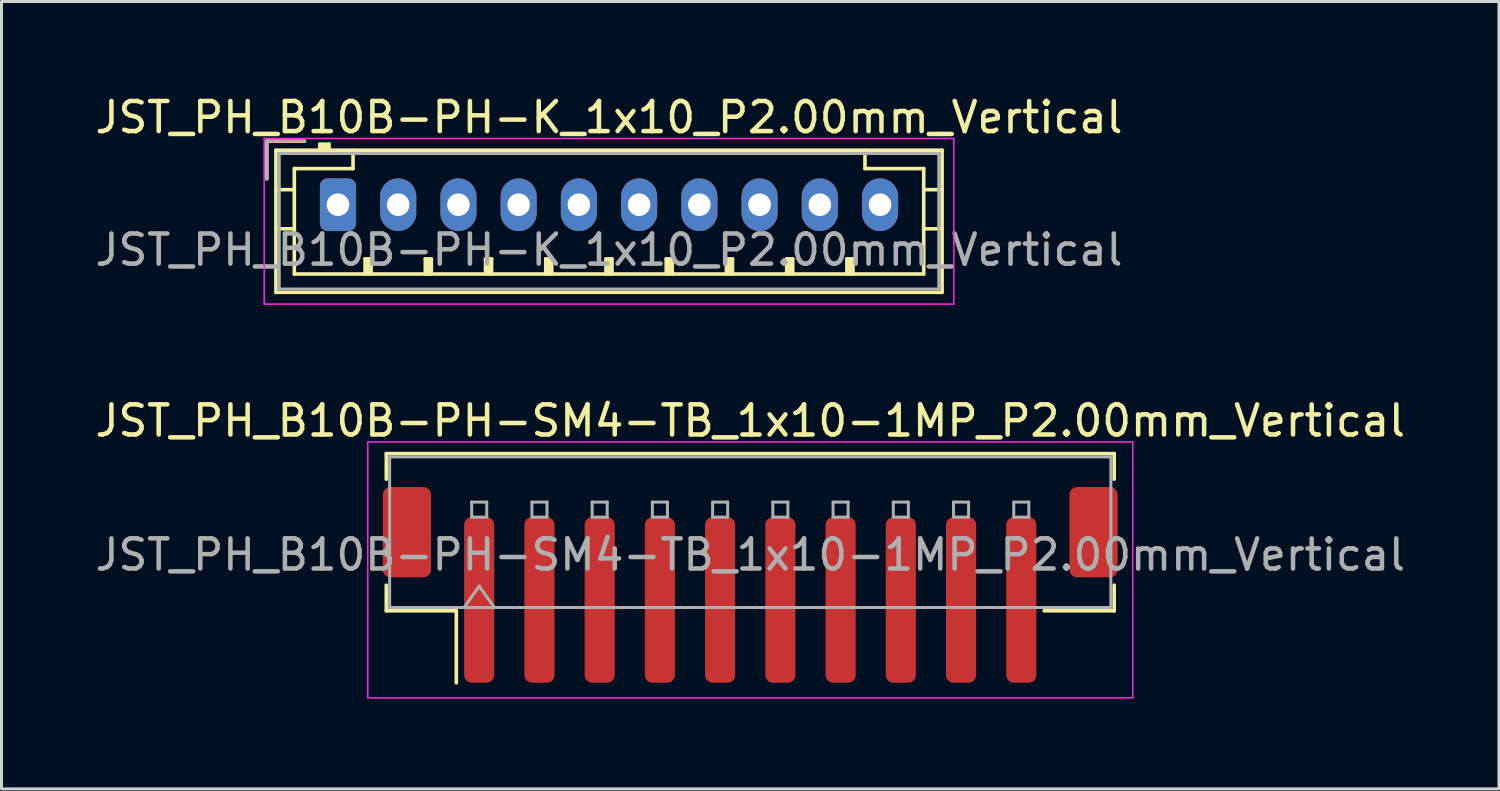
<source format=kicad_pcb>
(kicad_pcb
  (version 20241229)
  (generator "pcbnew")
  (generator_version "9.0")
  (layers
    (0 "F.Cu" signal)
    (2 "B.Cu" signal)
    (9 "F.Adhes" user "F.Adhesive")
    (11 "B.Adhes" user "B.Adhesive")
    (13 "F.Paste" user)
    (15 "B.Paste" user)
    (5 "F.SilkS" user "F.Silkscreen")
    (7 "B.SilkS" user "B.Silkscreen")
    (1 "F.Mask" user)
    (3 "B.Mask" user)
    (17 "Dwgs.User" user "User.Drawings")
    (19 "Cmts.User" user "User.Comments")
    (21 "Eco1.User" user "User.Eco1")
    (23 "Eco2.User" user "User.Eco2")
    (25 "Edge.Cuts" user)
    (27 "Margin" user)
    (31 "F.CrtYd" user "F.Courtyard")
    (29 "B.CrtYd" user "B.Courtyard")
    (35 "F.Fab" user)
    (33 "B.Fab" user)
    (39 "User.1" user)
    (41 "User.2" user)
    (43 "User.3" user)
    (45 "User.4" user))
  (footprint "JST_PH_B10B-PH-SM4-TB_1x10-1MP_P2.00mm_Vertical"
    (layer "F.Cu")
    (at 21.863 16.372)
    (property "Reference" "JST_PH_B10B-PH-SM4-TB_1x10-1MP_P2.00mm_Vertical" (at 0 -5.45 0) (layer "F.SilkS") (effects (font (size 1 1) (thickness 0.15))))
    (attr smd)
    (fp_line (start -12.085 -4.36) (end 12.085 -4.36) (stroke (width 0.12) (type solid)) (layer "F.SilkS"))
    (fp_line (start -12.085 -3.51) (end -12.085 -4.36) (stroke (width 0.12) (type solid)) (layer "F.SilkS"))
    (fp_line (start -12.085 0.01) (end -12.085 0.86) (stroke (width 0.12) (type solid)) (layer "F.SilkS"))
    (fp_line (start -12.085 0.86) (end -9.76 0.86) (stroke (width 0.12) (type solid)) (layer "F.SilkS"))
    (fp_line (start -9.76 0.86) (end -9.76 3.25) (stroke (width 0.12) (type solid)) (layer "F.SilkS"))
    (fp_line (start 12.085 -4.36) (end 12.085 -3.51) (stroke (width 0.12) (type solid)) (layer "F.SilkS"))
    (fp_line (start 12.085 0.01) (end 12.085 0.86) (stroke (width 0.12) (type solid)) (layer "F.SilkS"))
    (fp_line (start 12.085 0.86) (end 9.76 0.86) (stroke (width 0.12) (type solid)) (layer "F.SilkS"))
    (fp_line (start -12.7 -4.75) (end -12.7 3.75) (stroke (width 0.05) (type solid)) (layer "F.CrtYd"))
    (fp_line (start -12.7 3.75) (end 12.7 3.75) (stroke (width 0.05) (type solid)) (layer "F.CrtYd"))
    (fp_line (start 12.7 -4.75) (end -12.7 -4.75) (stroke (width 0.05) (type solid)) (layer "F.CrtYd"))
    (fp_line (start 12.7 3.75) (end 12.7 -4.75) (stroke (width 0.05) (type solid)) (layer "F.CrtYd"))
    (fp_line (start -11.975 -4.25) (end 11.975 -4.25) (stroke (width 0.1) (type solid)) (layer "F.Fab"))
    (fp_line (start -11.975 0.75) (end -11.975 -4.25) (stroke (width 0.1) (type solid)) (layer "F.Fab"))
    (fp_line (start -11.975 0.75) (end 11.975 0.75) (stroke (width 0.1) (type solid)) (layer "F.Fab"))
    (fp_line (start -9.5 0.75) (end -9 0.043) (stroke (width 0.1) (type solid)) (layer "F.Fab"))
    (fp_line (start -9.25 -2.75) (end -9.25 -2.25) (stroke (width 0.1) (type solid)) (layer "F.Fab"))
    (fp_line (start -9.25 -2.25) (end -8.75 -2.25) (stroke (width 0.1) (type solid)) (layer "F.Fab"))
    (fp_line (start -9 0.043) (end -8.5 0.75) (stroke (width 0.1) (type solid)) (layer "F.Fab"))
    (fp_line (start -8.75 -2.75) (end -9.25 -2.75) (stroke (width 0.1) (type solid)) (layer "F.Fab"))
    (fp_line (start -8.75 -2.25) (end -8.75 -2.75) (stroke (width 0.1) (type solid)) (layer "F.Fab"))
    (fp_line (start -7.25 -2.75) (end -7.25 -2.25) (stroke (width 0.1) (type solid)) (layer "F.Fab"))
    (fp_line (start -7.25 -2.25) (end -6.75 -2.25) (stroke (width 0.1) (type solid)) (layer "F.Fab"))
    (fp_line (start -6.75 -2.75) (end -7.25 -2.75) (stroke (width 0.1) (type solid)) (layer "F.Fab"))
    (fp_line (start -6.75 -2.25) (end -6.75 -2.75) (stroke (width 0.1) (type solid)) (layer "F.Fab"))
    (fp_line (start -5.25 -2.75) (end -5.25 -2.25) (stroke (width 0.1) (type solid)) (layer "F.Fab"))
    (fp_line (start -5.25 -2.25) (end -4.75 -2.25) (stroke (width 0.1) (type solid)) (layer "F.Fab"))
    (fp_line (start -4.75 -2.75) (end -5.25 -2.75) (stroke (width 0.1) (type solid)) (layer "F.Fab"))
    (fp_line (start -4.75 -2.25) (end -4.75 -2.75) (stroke (width 0.1) (type solid)) (layer "F.Fab"))
    (fp_line (start -3.25 -2.75) (end -3.25 -2.25) (stroke (width 0.1) (type solid)) (layer "F.Fab"))
    (fp_line (start -3.25 -2.25) (end -2.75 -2.25) (stroke (width 0.1) (type solid)) (layer "F.Fab"))
    (fp_line (start -2.75 -2.75) (end -3.25 -2.75) (stroke (width 0.1) (type solid)) (layer "F.Fab"))
    (fp_line (start -2.75 -2.25) (end -2.75 -2.75) (stroke (width 0.1) (type solid)) (layer "F.Fab"))
    (fp_line (start -1.25 -2.75) (end -1.25 -2.25) (stroke (width 0.1) (type solid)) (layer "F.Fab"))
    (fp_line (start -1.25 -2.25) (end -0.75 -2.25) (stroke (width 0.1) (type solid)) (layer "F.Fab"))
    (fp_line (start -0.75 -2.75) (end -1.25 -2.75) (stroke (width 0.1) (type solid)) (layer "F.Fab"))
    (fp_line (start -0.75 -2.25) (end -0.75 -2.75) (stroke (width 0.1) (type solid)) (layer "F.Fab"))
    (fp_line (start 0.75 -2.75) (end 0.75 -2.25) (stroke (width 0.1) (type solid)) (layer "F.Fab"))
    (fp_line (start 0.75 -2.25) (end 1.25 -2.25) (stroke (width 0.1) (type solid)) (layer "F.Fab"))
    (fp_line (start 1.25 -2.75) (end 0.75 -2.75) (stroke (width 0.1) (type solid)) (layer "F.Fab"))
    (fp_line (start 1.25 -2.25) (end 1.25 -2.75) (stroke (width 0.1) (type solid)) (layer "F.Fab"))
    (fp_line (start 2.75 -2.75) (end 2.75 -2.25) (stroke (width 0.1) (type solid)) (layer "F.Fab"))
    (fp_line (start 2.75 -2.25) (end 3.25 -2.25) (stroke (width 0.1) (type solid)) (layer "F.Fab"))
    (fp_line (start 3.25 -2.75) (end 2.75 -2.75) (stroke (width 0.1) (type solid)) (layer "F.Fab"))
    (fp_line (start 3.25 -2.25) (end 3.25 -2.75) (stroke (width 0.1) (type solid)) (layer "F.Fab"))
    (fp_line (start 4.75 -2.75) (end 4.75 -2.25) (stroke (width 0.1) (type solid)) (layer "F.Fab"))
    (fp_line (start 4.75 -2.25) (end 5.25 -2.25) (stroke (width 0.1) (type solid)) (layer "F.Fab"))
    (fp_line (start 5.25 -2.75) (end 4.75 -2.75) (stroke (width 0.1) (type solid)) (layer "F.Fab"))
    (fp_line (start 5.25 -2.25) (end 5.25 -2.75) (stroke (width 0.1) (type solid)) (layer "F.Fab"))
    (fp_line (start 6.75 -2.75) (end 6.75 -2.25) (stroke (width 0.1) (type solid)) (layer "F.Fab"))
    (fp_line (start 6.75 -2.25) (end 7.25 -2.25) (stroke (width 0.1) (type solid)) (layer "F.Fab"))
    (fp_line (start 7.25 -2.75) (end 6.75 -2.75) (stroke (width 0.1) (type solid)) (layer "F.Fab"))
    (fp_line (start 7.25 -2.25) (end 7.25 -2.75) (stroke (width 0.1) (type solid)) (layer "F.Fab"))
    (fp_line (start 8.75 -2.75) (end 8.75 -2.25) (stroke (width 0.1) (type solid)) (layer "F.Fab"))
    (fp_line (start 8.75 -2.25) (end 9.25 -2.25) (stroke (width 0.1) (type solid)) (layer "F.Fab"))
    (fp_line (start 9.25 -2.75) (end 8.75 -2.75) (stroke (width 0.1) (type solid)) (layer "F.Fab"))
    (fp_line (start 9.25 -2.25) (end 9.25 -2.75) (stroke (width 0.1) (type solid)) (layer "F.Fab"))
    (fp_line (start 11.975 0.75) (end 11.975 -4.25) (stroke (width 0.1) (type solid)) (layer "F.Fab"))
    (fp_text user "${REFERENCE}" (at 0 -1 0) (layer "F.Fab") (effects (font (size 1 1) (thickness 0.15))))
    (pad "1" smd roundrect (at -9 0.5) (size 1 5.5) (layers "F.Cu" "F.Mask" "F.Paste") (roundrect_rratio 0.25))
    (pad "2" smd roundrect (at -7 0.5) (size 1 5.5) (layers "F.Cu" "F.Mask" "F.Paste") (roundrect_rratio 0.25))
    (pad "3" smd roundrect (at -5 0.5) (size 1 5.5) (layers "F.Cu" "F.Mask" "F.Paste") (roundrect_rratio 0.25))
    (pad "4" smd roundrect (at -3 0.5) (size 1 5.5) (layers "F.Cu" "F.Mask" "F.Paste") (roundrect_rratio 0.25))
    (pad "5" smd roundrect (at -1 0.5) (size 1 5.5) (layers "F.Cu" "F.Mask" "F.Paste") (roundrect_rratio 0.25))
    (pad "6" smd roundrect (at 1 0.5) (size 1 5.5) (layers "F.Cu" "F.Mask" "F.Paste") (roundrect_rratio 0.25))
    (pad "7" smd roundrect (at 3 0.5) (size 1 5.5) (layers "F.Cu" "F.Mask" "F.Paste") (roundrect_rratio 0.25))
    (pad "8" smd roundrect (at 5 0.5) (size 1 5.5) (layers "F.Cu" "F.Mask" "F.Paste") (roundrect_rratio 0.25))
    (pad "9" smd roundrect (at 7 0.5) (size 1 5.5) (layers "F.Cu" "F.Mask" "F.Paste") (roundrect_rratio 0.25))
    (pad "10" smd roundrect (at 9 0.5) (size 1 5.5) (layers "F.Cu" "F.Mask" "F.Paste") (roundrect_rratio 0.25))
    (pad "MP" smd roundrect (at -11.4 -1.75) (size 1.6 3) (layers "F.Cu" "F.Mask" "F.Paste") (roundrect_rratio 0.156))
    (pad "MP" smd roundrect (at 11.4 -1.75) (size 1.6 3) (layers "F.Cu" "F.Mask" "F.Paste") (roundrect_rratio 0.156)))
  (footprint "JST_PH_B10B-PH-K_1x10_P2.00mm_Vertical"
    (layer "F.Cu")
    (at 8.173 3.748)
    (property "Reference" "JST_PH_B10B-PH-K_1x10_P2.00mm_Vertical" (at 9 -2.9 0) (layer "F.SilkS") (effects (font (size 1 1) (thickness 0.15))))
    (attr through_hole)
    (fp_line (start -2.36 -2.11) (end -2.36 -0.86) (stroke (width 0.12) (type solid)) (layer "F.SilkS"))
    (fp_line (start -2.06 -1.81) (end -2.06 2.91) (stroke (width 0.12) (type solid)) (layer "F.SilkS"))
    (fp_line (start -2.06 -0.5) (end -1.45 -0.5) (stroke (width 0.12) (type solid)) (layer "F.SilkS"))
    (fp_line (start -2.06 0.8) (end -1.45 0.8) (stroke (width 0.12) (type solid)) (layer "F.SilkS"))
    (fp_line (start -2.06 2.91) (end 20.06 2.91) (stroke (width 0.12) (type solid)) (layer "F.SilkS"))
    (fp_line (start -1.45 -1.2) (end -1.45 2.3) (stroke (width 0.12) (type solid)) (layer "F.SilkS"))
    (fp_line (start -1.45 2.3) (end 19.45 2.3) (stroke (width 0.12) (type solid)) (layer "F.SilkS"))
    (fp_line (start -1.11 -2.11) (end -2.36 -2.11) (stroke (width 0.12) (type solid)) (layer "F.SilkS"))
    (fp_line (start -0.6 -2.01) (end -0.6 -1.81) (stroke (width 0.12) (type solid)) (layer "F.SilkS"))
    (fp_line (start -0.3 -2.01) (end -0.6 -2.01) (stroke (width 0.12) (type solid)) (layer "F.SilkS"))
    (fp_line (start -0.3 -1.91) (end -0.6 -1.91) (stroke (width 0.12) (type solid)) (layer "F.SilkS"))
    (fp_line (start -0.3 -1.81) (end -0.3 -2.01) (stroke (width 0.12) (type solid)) (layer "F.SilkS"))
    (fp_line (start 0.5 -1.81) (end 0.5 -1.2) (stroke (width 0.12) (type solid)) (layer "F.SilkS"))
    (fp_line (start 0.5 -1.2) (end -1.45 -1.2) (stroke (width 0.12) (type solid)) (layer "F.SilkS"))
    (fp_line (start 0.9 1.8) (end 1.1 1.8) (stroke (width 0.12) (type solid)) (layer "F.SilkS"))
    (fp_line (start 0.9 2.3) (end 0.9 1.8) (stroke (width 0.12) (type solid)) (layer "F.SilkS"))
    (fp_line (start 1 2.3) (end 1 1.8) (stroke (width 0.12) (type solid)) (layer "F.SilkS"))
    (fp_line (start 1.1 1.8) (end 1.1 2.3) (stroke (width 0.12) (type solid)) (layer "F.SilkS"))
    (fp_line (start 2.9 1.8) (end 3.1 1.8) (stroke (width 0.12) (type solid)) (layer "F.SilkS"))
    (fp_line (start 2.9 2.3) (end 2.9 1.8) (stroke (width 0.12) (type solid)) (layer "F.SilkS"))
    (fp_line (start 3 2.3) (end 3 1.8) (stroke (width 0.12) (type solid)) (layer "F.SilkS"))
    (fp_line (start 3.1 1.8) (end 3.1 2.3) (stroke (width 0.12) (type solid)) (layer "F.SilkS"))
    (fp_line (start 4.9 1.8) (end 5.1 1.8) (stroke (width 0.12) (type solid)) (layer "F.SilkS"))
    (fp_line (start 4.9 2.3) (end 4.9 1.8) (stroke (width 0.12) (type solid)) (layer "F.SilkS"))
    (fp_line (start 5 2.3) (end 5 1.8) (stroke (width 0.12) (type solid)) (layer "F.SilkS"))
    (fp_line (start 5.1 1.8) (end 5.1 2.3) (stroke (width 0.12) (type solid)) (layer "F.SilkS"))
    (fp_line (start 6.9 1.8) (end 7.1 1.8) (stroke (width 0.12) (type solid)) (layer "F.SilkS"))
    (fp_line (start 6.9 2.3) (end 6.9 1.8) (stroke (width 0.12) (type solid)) (layer "F.SilkS"))
    (fp_line (start 7 2.3) (end 7 1.8) (stroke (width 0.12) (type solid)) (layer "F.SilkS"))
    (fp_line (start 7.1 1.8) (end 7.1 2.3) (stroke (width 0.12) (type solid)) (layer "F.SilkS"))
    (fp_line (start 8.9 1.8) (end 9.1 1.8) (stroke (width 0.12) (type solid)) (layer "F.SilkS"))
    (fp_line (start 8.9 2.3) (end 8.9 1.8) (stroke (width 0.12) (type solid)) (layer "F.SilkS"))
    (fp_line (start 9 2.3) (end 9 1.8) (stroke (width 0.12) (type solid)) (layer "F.SilkS"))
    (fp_line (start 9.1 1.8) (end 9.1 2.3) (stroke (width 0.12) (type solid)) (layer "F.SilkS"))
    (fp_line (start 10.9 1.8) (end 11.1 1.8) (stroke (width 0.12) (type solid)) (layer "F.SilkS"))
    (fp_line (start 10.9 2.3) (end 10.9 1.8) (stroke (width 0.12) (type solid)) (layer "F.SilkS"))
    (fp_line (start 11 2.3) (end 11 1.8) (stroke (width 0.12) (type solid)) (layer "F.SilkS"))
    (fp_line (start 11.1 1.8) (end 11.1 2.3) (stroke (width 0.12) (type solid)) (layer "F.SilkS"))
    (fp_line (start 12.9 1.8) (end 13.1 1.8) (stroke (width 0.12) (type solid)) (layer "F.SilkS"))
    (fp_line (start 12.9 2.3) (end 12.9 1.8) (stroke (width 0.12) (type solid)) (layer "F.SilkS"))
    (fp_line (start 13 2.3) (end 13 1.8) (stroke (width 0.12) (type solid)) (layer "F.SilkS"))
    (fp_line (start 13.1 1.8) (end 13.1 2.3) (stroke (width 0.12) (type solid)) (layer "F.SilkS"))
    (fp_line (start 14.9 1.8) (end 15.1 1.8) (stroke (width 0.12) (type solid)) (layer "F.SilkS"))
    (fp_line (start 14.9 2.3) (end 14.9 1.8) (stroke (width 0.12) (type solid)) (layer "F.SilkS"))
    (fp_line (start 15 2.3) (end 15 1.8) (stroke (width 0.12) (type solid)) (layer "F.SilkS"))
    (fp_line (start 15.1 1.8) (end 15.1 2.3) (stroke (width 0.12) (type solid)) (layer "F.SilkS"))
    (fp_line (start 16.9 1.8) (end 17.1 1.8) (stroke (width 0.12) (type solid)) (layer "F.SilkS"))
    (fp_line (start 16.9 2.3) (end 16.9 1.8) (stroke (width 0.12) (type solid)) (layer "F.SilkS"))
    (fp_line (start 17 2.3) (end 17 1.8) (stroke (width 0.12) (type solid)) (layer "F.SilkS"))
    (fp_line (start 17.1 1.8) (end 17.1 2.3) (stroke (width 0.12) (type solid)) (layer "F.SilkS"))
    (fp_line (start 17.5 -1.2) (end 17.5 -1.81) (stroke (width 0.12) (type solid)) (layer "F.SilkS"))
    (fp_line (start 19.45 -1.2) (end 17.5 -1.2) (stroke (width 0.12) (type solid)) (layer "F.SilkS"))
    (fp_line (start 19.45 2.3) (end 19.45 -1.2) (stroke (width 0.12) (type solid)) (layer "F.SilkS"))
    (fp_line (start 20.06 -1.81) (end -2.06 -1.81) (stroke (width 0.12) (type solid)) (layer "F.SilkS"))
    (fp_line (start 20.06 -0.5) (end 19.45 -0.5) (stroke (width 0.12) (type solid)) (layer "F.SilkS"))
    (fp_line (start 20.06 0.8) (end 19.45 0.8) (stroke (width 0.12) (type solid)) (layer "F.SilkS"))
    (fp_line (start 20.06 2.91) (end 20.06 -1.81) (stroke (width 0.12) (type solid)) (layer "F.SilkS"))
    (fp_line (start -2.45 -2.2) (end -2.45 3.3) (stroke (width 0.05) (type solid)) (layer "F.CrtYd"))
    (fp_line (start -2.45 3.3) (end 20.45 3.3) (stroke (width 0.05) (type solid)) (layer "F.CrtYd"))
    (fp_line (start 20.45 -2.2) (end -2.45 -2.2) (stroke (width 0.05) (type solid)) (layer "F.CrtYd"))
    (fp_line (start 20.45 3.3) (end 20.45 -2.2) (stroke (width 0.05) (type solid)) (layer "F.CrtYd"))
    (fp_line (start -2.36 -2.11) (end -2.36 -0.86) (stroke (width 0.1) (type solid)) (layer "F.Fab"))
    (fp_line (start -1.95 -1.7) (end -1.95 2.8) (stroke (width 0.1) (type solid)) (layer "F.Fab"))
    (fp_line (start -1.95 2.8) (end 19.95 2.8) (stroke (width 0.1) (type solid)) (layer "F.Fab"))
    (fp_line (start -1.11 -2.11) (end -2.36 -2.11) (stroke (width 0.1) (type solid)) (layer "F.Fab"))
    (fp_line (start 19.95 -1.7) (end -1.95 -1.7) (stroke (width 0.1) (type solid)) (layer "F.Fab"))
    (fp_line (start 19.95 2.8) (end 19.95 -1.7) (stroke (width 0.1) (type solid)) (layer "F.Fab"))
    (fp_text user "${REFERENCE}" (at 9 1.5 0) (layer "F.Fab") (effects (font (size 1 1) (thickness 0.15))))
    (pad "1" thru_hole roundrect (at 0 0) (size 1.2 1.75) (drill 0.75) (layers "*.Cu" "*.Mask") (roundrect_rratio 0.208))
    (pad "2" thru_hole oval (at 2 0) (size 1.2 1.75) (drill 0.75) (layers "*.Cu" "*.Mask"))
    (pad "3" thru_hole oval (at 4 0) (size 1.2 1.75) (drill 0.75) (layers "*.Cu" "*.Mask"))
    (pad "4" thru_hole oval (at 6 0) (size 1.2 1.75) (drill 0.75) (layers "*.Cu" "*.Mask"))
    (pad "5" thru_hole oval (at 8 0) (size 1.2 1.75) (drill 0.75) (layers "*.Cu" "*.Mask"))
    (pad "6" thru_hole oval (at 10 0) (size 1.2 1.75) (drill 0.75) (layers "*.Cu" "*.Mask"))
    (pad "7" thru_hole oval (at 12 0) (size 1.2 1.75) (drill 0.75) (layers "*.Cu" "*.Mask"))
    (pad "8" thru_hole oval (at 14 0) (size 1.2 1.75) (drill 0.75) (layers "*.Cu" "*.Mask"))
    (pad "9" thru_hole oval (at 16 0) (size 1.2 1.75) (drill 0.75) (layers "*.Cu" "*.Mask"))
    (pad "10" thru_hole oval (at 18 0) (size 1.2 1.75) (drill 0.75) (layers "*.Cu" "*.Mask")))
  (gr_rect
    (start -3 -3)
    (end 46.726 23.146)
    (stroke (width 0.1) (type default))
    (fill no)
    (layer "Edge.Cuts")))
</source>
